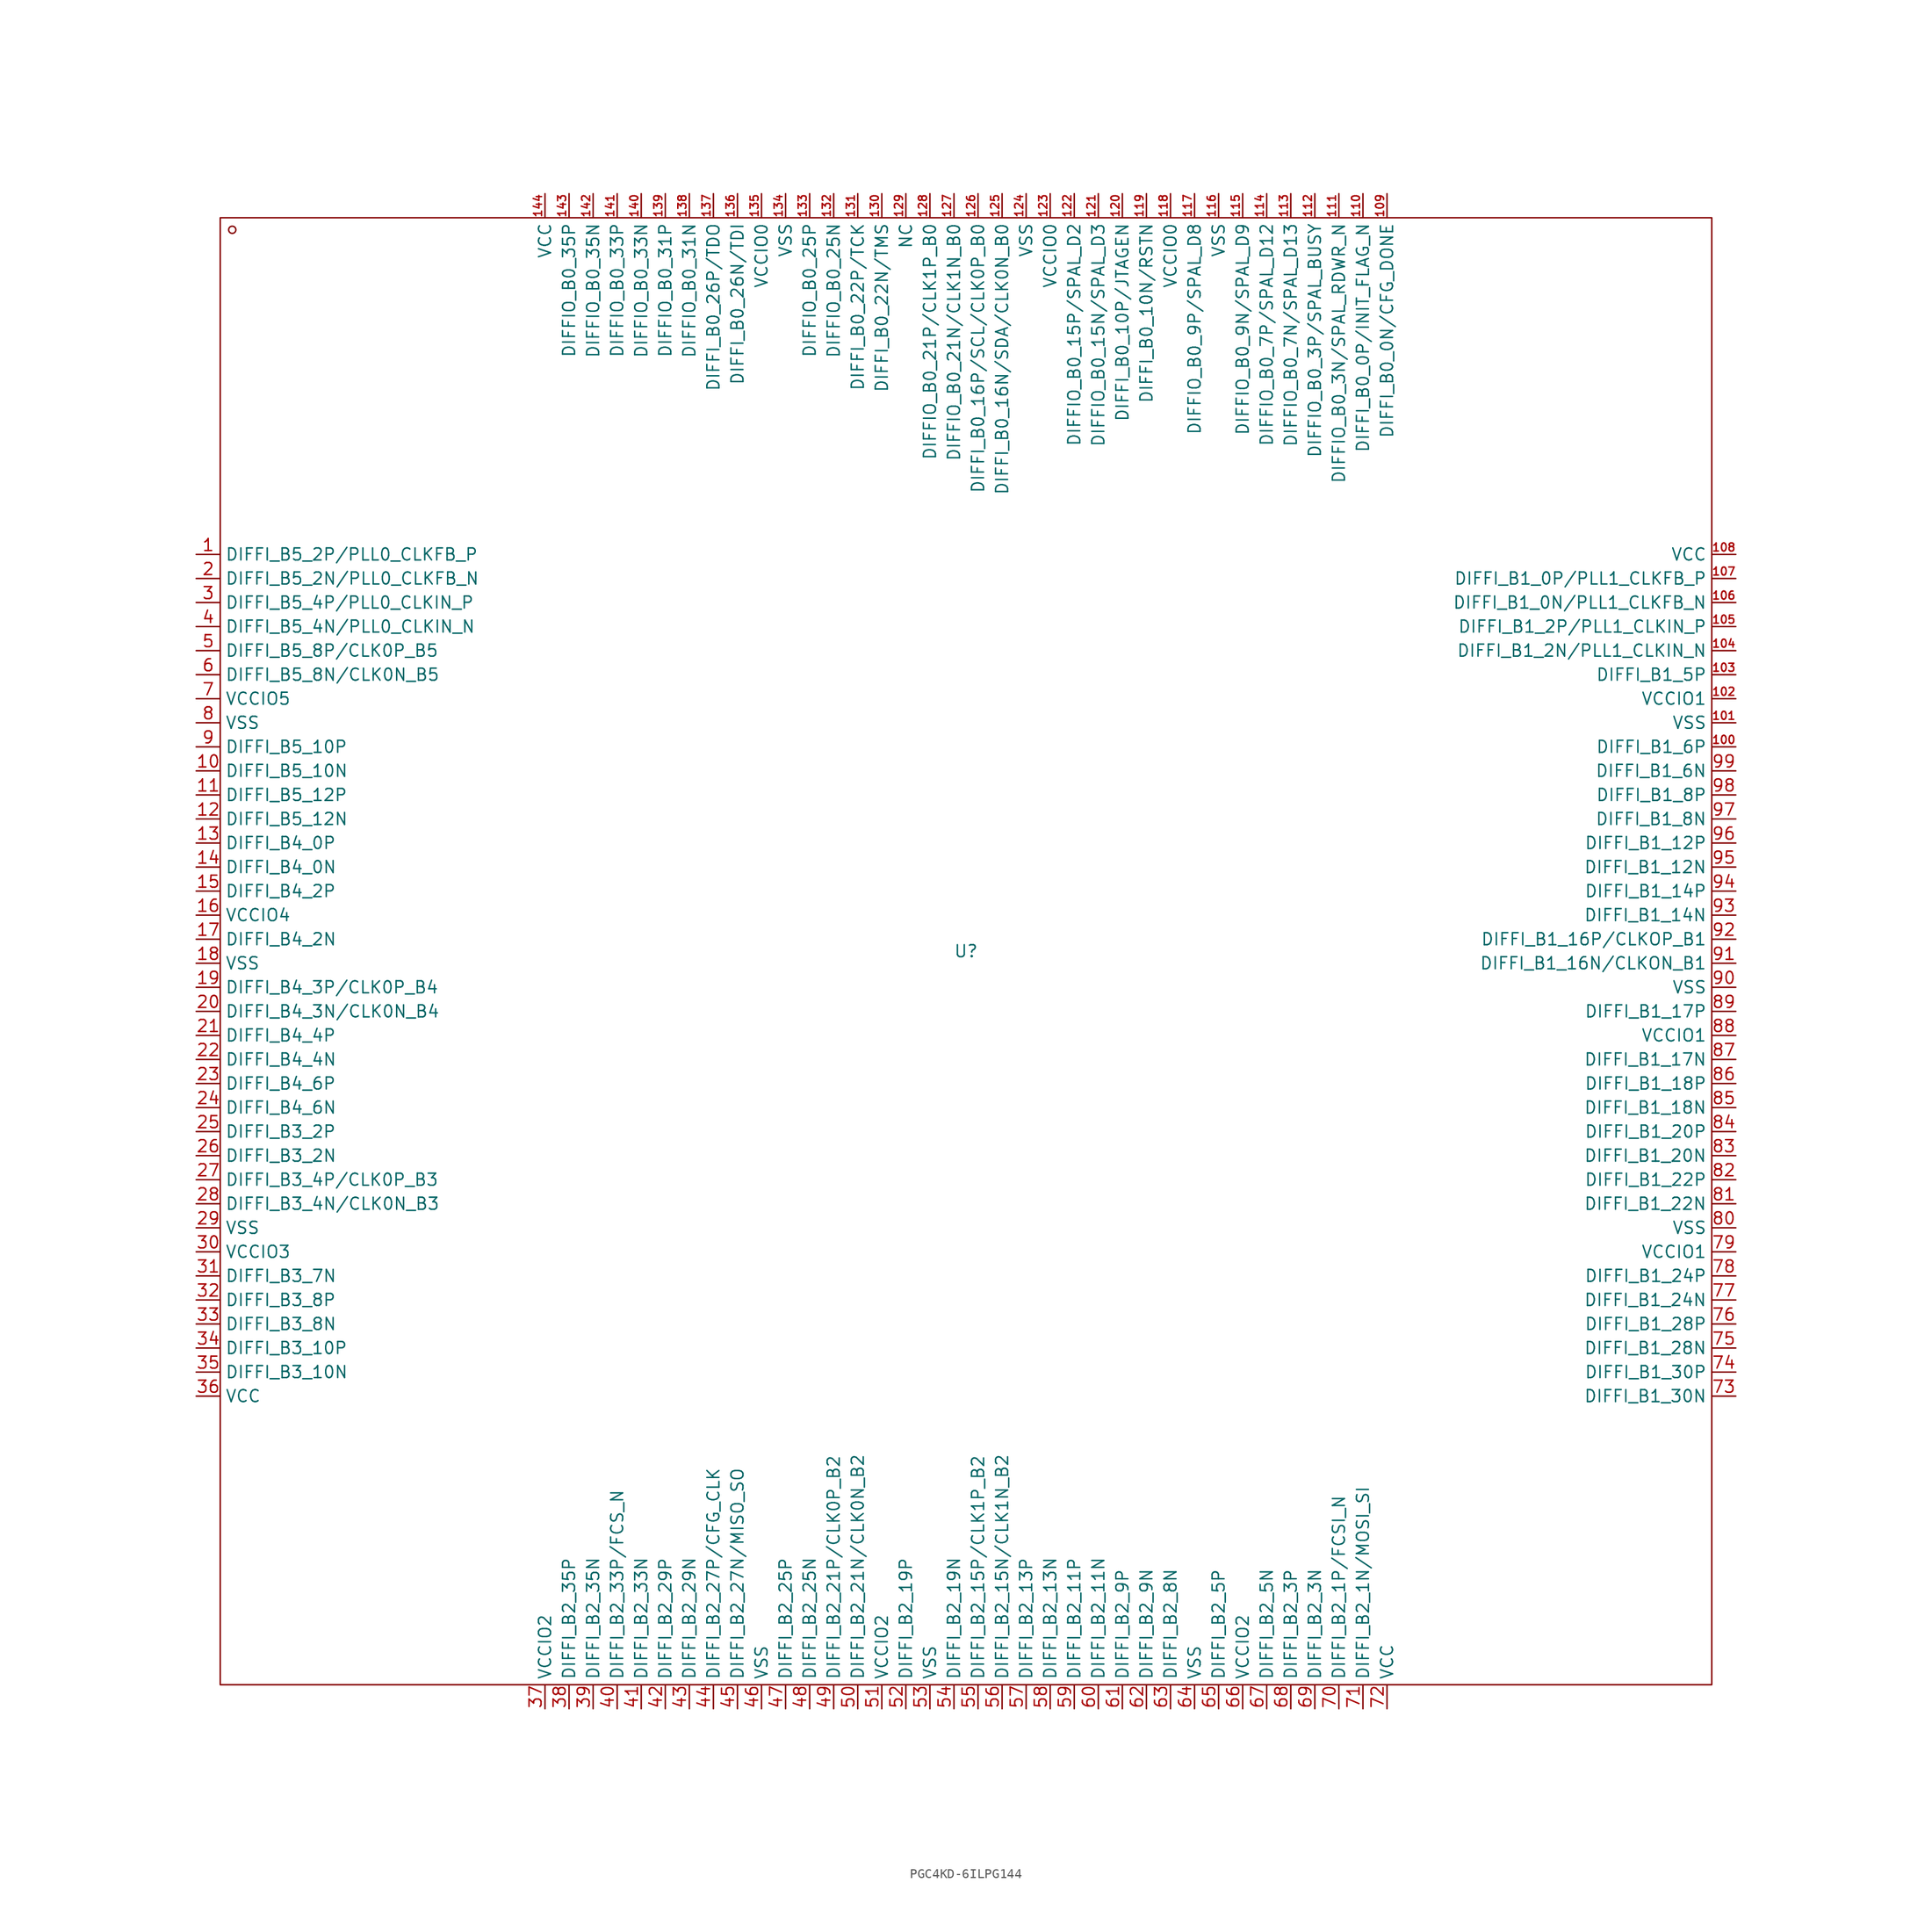
<source format=kicad_sym>
(kicad_symbol_lib
  (version 20241209)
  (generator "kicad_symbol_editor")
  (generator_version "9.0")
  (symbol "PGC4KD-6ILPG144"
    (property "Reference" "U"
      (at 0 0 0)
      (effects (font (size 1.27 1.27))))
    (property "Value" ""
      (at 0 0 0)
      (effects (font (size 1.27 1.27))))
    (symbol "PGC4KD-6ILPG144_1_0"
      (rectangle (start -78.74 -77.47) (end 78.74 77.47) (stroke (width 0) (type default)) (fill (type none)))
      (circle (center -77.47 76.2) (radius 0.381) (stroke (width 0) (type default)) (fill (type none)))
      (pin unspecified line (at -81.28 41.91 0) (length 2.54) (name "DIFFI_B5_2P/PLL0_CLKFB_P" (effects (font (size 1.27 1.27)))) (number "1" (effects (font (size 1.27 1.27)))))
      (pin unspecified line (at -81.28 39.37 0) (length 2.54) (name "DIFFI_B5_2N/PLL0_CLKFB_N" (effects (font (size 1.27 1.27)))) (number "2" (effects (font (size 1.27 1.27)))))
      (pin unspecified line (at -81.28 36.83 0) (length 2.54) (name "DIFFI_B5_4P/PLL0_CLKIN_P" (effects (font (size 1.27 1.27)))) (number "3" (effects (font (size 1.27 1.27)))))
      (pin unspecified line (at -81.28 34.29 0) (length 2.54) (name "DIFFI_B5_4N/PLL0_CLKIN_N" (effects (font (size 1.27 1.27)))) (number "4" (effects (font (size 1.27 1.27)))))
      (pin unspecified line (at -81.28 31.75 0) (length 2.54) (name "DIFFI_B5_8P/CLK0P_B5" (effects (font (size 1.27 1.27)))) (number "5" (effects (font (size 1.27 1.27)))))
      (pin unspecified line (at -81.28 29.21 0) (length 2.54) (name "DIFFI_B5_8N/CLK0N_B5" (effects (font (size 1.27 1.27)))) (number "6" (effects (font (size 1.27 1.27)))))
      (pin unspecified line (at -81.28 26.67 0) (length 2.54) (name "VCCIO5" (effects (font (size 1.27 1.27)))) (number "7" (effects (font (size 1.27 1.27)))))
      (pin unspecified line (at -81.28 24.13 0) (length 2.54) (name "VSS" (effects (font (size 1.27 1.27)))) (number "8" (effects (font (size 1.27 1.27)))))
      (pin unspecified line (at -81.28 21.59 0) (length 2.54) (name "DIFFI_B5_10P" (effects (font (size 1.27 1.27)))) (number "9" (effects (font (size 1.27 1.27)))))
      (pin unspecified line (at -81.28 19.05 0) (length 2.54) (name "DIFFI_B5_10N" (effects (font (size 1.27 1.27)))) (number "10" (effects (font (size 1.27 1.27)))))
      (pin unspecified line (at -81.28 16.51 0) (length 2.54) (name "DIFFI_B5_12P" (effects (font (size 1.27 1.27)))) (number "11" (effects (font (size 1.27 1.27)))))
      (pin unspecified line (at -81.28 13.97 0) (length 2.54) (name "DIFFI_B5_12N" (effects (font (size 1.27 1.27)))) (number "12" (effects (font (size 1.27 1.27)))))
      (pin unspecified line (at -81.28 11.43 0) (length 2.54) (name "DIFFI_B4_0P" (effects (font (size 1.27 1.27)))) (number "13" (effects (font (size 1.27 1.27)))))
      (pin unspecified line (at -81.28 8.89 0) (length 2.54) (name "DIFFI_B4_0N" (effects (font (size 1.27 1.27)))) (number "14" (effects (font (size 1.27 1.27)))))
      (pin unspecified line (at -81.28 6.35 0) (length 2.54) (name "DIFFI_B4_2P" (effects (font (size 1.27 1.27)))) (number "15" (effects (font (size 1.27 1.27)))))
      (pin unspecified line (at -81.28 3.81 0) (length 2.54) (name "VCCIO4" (effects (font (size 1.27 1.27)))) (number "16" (effects (font (size 1.27 1.27)))))
      (pin unspecified line (at -81.28 1.27 0) (length 2.54) (name "DIFFI_B4_2N" (effects (font (size 1.27 1.27)))) (number "17" (effects (font (size 1.27 1.27)))))
      (pin unspecified line (at -81.28 -1.27 0) (length 2.54) (name "VSS" (effects (font (size 1.27 1.27)))) (number "18" (effects (font (size 1.27 1.27)))))
      (pin unspecified line (at -81.28 -3.81 0) (length 2.54) (name "DIFFI_B4_3P/CLK0P_B4" (effects (font (size 1.27 1.27)))) (number "19" (effects (font (size 1.27 1.27)))))
      (pin unspecified line (at -81.28 -6.35 0) (length 2.54) (name "DIFFI_B4_3N/CLK0N_B4" (effects (font (size 1.27 1.27)))) (number "20" (effects (font (size 1.27 1.27)))))
      (pin unspecified line (at -81.28 -8.89 0) (length 2.54) (name "DIFFI_B4_4P" (effects (font (size 1.27 1.27)))) (number "21" (effects (font (size 1.27 1.27)))))
      (pin unspecified line (at -81.28 -11.43 0) (length 2.54) (name "DIFFI_B4_4N" (effects (font (size 1.27 1.27)))) (number "22" (effects (font (size 1.27 1.27)))))
      (pin unspecified line (at -81.28 -13.97 0) (length 2.54) (name "DIFFI_B4_6P" (effects (font (size 1.27 1.27)))) (number "23" (effects (font (size 1.27 1.27)))))
      (pin unspecified line (at -81.28 -16.51 0) (length 2.54) (name "DIFFI_B4_6N" (effects (font (size 1.27 1.27)))) (number "24" (effects (font (size 1.27 1.27)))))
      (pin unspecified line (at -81.28 -19.05 0) (length 2.54) (name "DIFFI_B3_2P" (effects (font (size 1.27 1.27)))) (number "25" (effects (font (size 1.27 1.27)))))
      (pin unspecified line (at -81.28 -21.59 0) (length 2.54) (name "DIFFI_B3_2N" (effects (font (size 1.27 1.27)))) (number "26" (effects (font (size 1.27 1.27)))))
      (pin unspecified line (at -81.28 -24.13 0) (length 2.54) (name "DIFFI_B3_4P/CLK0P_B3" (effects (font (size 1.27 1.27)))) (number "27" (effects (font (size 1.27 1.27)))))
      (pin unspecified line (at -81.28 -26.67 0) (length 2.54) (name "DIFFI_B3_4N/CLK0N_B3" (effects (font (size 1.27 1.27)))) (number "28" (effects (font (size 1.27 1.27)))))
      (pin unspecified line (at -81.28 -29.21 0) (length 2.54) (name "VSS" (effects (font (size 1.27 1.27)))) (number "29" (effects (font (size 1.27 1.27)))))
      (pin unspecified line (at -81.28 -31.75 0) (length 2.54) (name "VCCIO3" (effects (font (size 1.27 1.27)))) (number "30" (effects (font (size 1.27 1.27)))))
      (pin unspecified line (at -81.28 -34.29 0) (length 2.54) (name "DIFFI_B3_7N" (effects (font (size 1.27 1.27)))) (number "31" (effects (font (size 1.27 1.27)))))
      (pin unspecified line (at -81.28 -36.83 0) (length 2.54) (name "DIFFI_B3_8P" (effects (font (size 1.27 1.27)))) (number "32" (effects (font (size 1.27 1.27)))))
      (pin unspecified line (at -81.28 -39.37 0) (length 2.54) (name "DIFFI_B3_8N" (effects (font (size 1.27 1.27)))) (number "33" (effects (font (size 1.27 1.27)))))
      (pin unspecified line (at -81.28 -41.91 0) (length 2.54) (name "DIFFI_B3_10P" (effects (font (size 1.27 1.27)))) (number "34" (effects (font (size 1.27 1.27)))))
      (pin unspecified line (at -81.28 -44.45 0) (length 2.54) (name "DIFFI_B3_10N" (effects (font (size 1.27 1.27)))) (number "35" (effects (font (size 1.27 1.27)))))
      (pin unspecified line (at -81.28 -46.99 0) (length 2.54) (name "VCC" (effects (font (size 1.27 1.27)))) (number "36" (effects (font (size 1.27 1.27)))))
      (pin unspecified line (at -44.45 80.01 270) (length 2.54) (name "VCC" (effects (font (size 1.27 1.27)))) (number "144" (effects (font (size 0.847 0.847)))))
      (pin unspecified line (at -44.45 -80.01 90) (length 2.54) (name "VCCIO2" (effects (font (size 1.27 1.27)))) (number "37" (effects (font (size 1.27 1.27)))))
      (pin unspecified line (at -41.91 80.01 270) (length 2.54) (name "DIFFIO_B0_35P" (effects (font (size 1.27 1.27)))) (number "143" (effects (font (size 0.847 0.847)))))
      (pin unspecified line (at -41.91 -80.01 90) (length 2.54) (name "DIFFI_B2_35P" (effects (font (size 1.27 1.27)))) (number "38" (effects (font (size 1.27 1.27)))))
      (pin unspecified line (at -39.37 80.01 270) (length 2.54) (name "DIFFIO_B0_35N" (effects (font (size 1.27 1.27)))) (number "142" (effects (font (size 0.847 0.847)))))
      (pin unspecified line (at -39.37 -80.01 90) (length 2.54) (name "DIFFI_B2_35N" (effects (font (size 1.27 1.27)))) (number "39" (effects (font (size 1.27 1.27)))))
      (pin unspecified line (at -36.83 80.01 270) (length 2.54) (name "DIFFIO_B0_33P" (effects (font (size 1.27 1.27)))) (number "141" (effects (font (size 0.847 0.847)))))
      (pin unspecified line (at -36.83 -80.01 90) (length 2.54) (name "DIFFI_B2_33P/FCS_N" (effects (font (size 1.27 1.27)))) (number "40" (effects (font (size 1.27 1.27)))))
      (pin unspecified line (at -34.29 80.01 270) (length 2.54) (name "DIFFIO_B0_33N" (effects (font (size 1.27 1.27)))) (number "140" (effects (font (size 0.847 0.847)))))
      (pin unspecified line (at -34.29 -80.01 90) (length 2.54) (name "DIFFI_B2_33N" (effects (font (size 1.27 1.27)))) (number "41" (effects (font (size 1.27 1.27)))))
      (pin unspecified line (at -31.75 80.01 270) (length 2.54) (name "DIFFIO_B0_31P" (effects (font (size 1.27 1.27)))) (number "139" (effects (font (size 0.847 0.847)))))
      (pin unspecified line (at -31.75 -80.01 90) (length 2.54) (name "DIFFI_B2_29P" (effects (font (size 1.27 1.27)))) (number "42" (effects (font (size 1.27 1.27)))))
      (pin unspecified line (at -29.21 80.01 270) (length 2.54) (name "DIFFIO_B0_31N" (effects (font (size 1.27 1.27)))) (number "138" (effects (font (size 0.847 0.847)))))
      (pin unspecified line (at -29.21 -80.01 90) (length 2.54) (name "DIFFI_B2_29N" (effects (font (size 1.27 1.27)))) (number "43" (effects (font (size 1.27 1.27)))))
      (pin unspecified line (at -26.67 80.01 270) (length 2.54) (name "DIFFI_B0_26P/TDO" (effects (font (size 1.27 1.27)))) (number "137" (effects (font (size 0.847 0.847)))))
      (pin unspecified line (at -26.67 -80.01 90) (length 2.54) (name "DIFFI_B2_27P/CFG_CLK" (effects (font (size 1.27 1.27)))) (number "44" (effects (font (size 1.27 1.27)))))
      (pin unspecified line (at -24.13 80.01 270) (length 2.54) (name "DIFFI_B0_26N/TDI" (effects (font (size 1.27 1.27)))) (number "136" (effects (font (size 0.847 0.847)))))
      (pin unspecified line (at -24.13 -80.01 90) (length 2.54) (name "DIFFI_B2_27N/MISO_SO" (effects (font (size 1.27 1.27)))) (number "45" (effects (font (size 1.27 1.27)))))
      (pin unspecified line (at -21.59 80.01 270) (length 2.54) (name "VCCIO0" (effects (font (size 1.27 1.27)))) (number "135" (effects (font (size 0.847 0.847)))))
      (pin unspecified line (at -21.59 -80.01 90) (length 2.54) (name "VSS" (effects (font (size 1.27 1.27)))) (number "46" (effects (font (size 1.27 1.27)))))
      (pin unspecified line (at -19.05 80.01 270) (length 2.54) (name "VSS" (effects (font (size 1.27 1.27)))) (number "134" (effects (font (size 0.847 0.847)))))
      (pin unspecified line (at -19.05 -80.01 90) (length 2.54) (name "DIFFI_B2_25P" (effects (font (size 1.27 1.27)))) (number "47" (effects (font (size 1.27 1.27)))))
      (pin unspecified line (at -16.51 80.01 270) (length 2.54) (name "DIFFIO_B0_25P" (effects (font (size 1.27 1.27)))) (number "133" (effects (font (size 0.847 0.847)))))
      (pin unspecified line (at -16.51 -80.01 90) (length 2.54) (name "DIFFI_B2_25N" (effects (font (size 1.27 1.27)))) (number "48" (effects (font (size 1.27 1.27)))))
      (pin unspecified line (at -13.97 80.01 270) (length 2.54) (name "DIFFIO_B0_25N" (effects (font (size 1.27 1.27)))) (number "132" (effects (font (size 0.847 0.847)))))
      (pin unspecified line (at -13.97 -80.01 90) (length 2.54) (name "DIFFI_B2_21P/CLK0P_B2" (effects (font (size 1.27 1.27)))) (number "49" (effects (font (size 1.27 1.27)))))
      (pin unspecified line (at -11.43 80.01 270) (length 2.54) (name "DIFFI_B0_22P/TCK" (effects (font (size 1.27 1.27)))) (number "131" (effects (font (size 0.847 0.847)))))
      (pin unspecified line (at -11.43 -80.01 90) (length 2.54) (name "DIFFI_B2_21N/CLK0N_B2" (effects (font (size 1.27 1.27)))) (number "50" (effects (font (size 1.27 1.27)))))
      (pin unspecified line (at -8.89 80.01 270) (length 2.54) (name "DIFFI_B0_22N/TMS" (effects (font (size 1.27 1.27)))) (number "130" (effects (font (size 0.847 0.847)))))
      (pin unspecified line (at -8.89 -80.01 90) (length 2.54) (name "VCCIO2" (effects (font (size 1.27 1.27)))) (number "51" (effects (font (size 1.27 1.27)))))
      (pin unspecified line (at -6.35 80.01 270) (length 2.54) (name "NC" (effects (font (size 1.27 1.27)))) (number "129" (effects (font (size 0.847 0.847)))))
      (pin unspecified line (at -6.35 -80.01 90) (length 2.54) (name "DIFFI_B2_19P" (effects (font (size 1.27 1.27)))) (number "52" (effects (font (size 1.27 1.27)))))
      (pin unspecified line (at -3.81 80.01 270) (length 2.54) (name "DIFFIO_B0_21P/CLK1P_B0" (effects (font (size 1.27 1.27)))) (number "128" (effects (font (size 0.847 0.847)))))
      (pin unspecified line (at -3.81 -80.01 90) (length 2.54) (name "VSS" (effects (font (size 1.27 1.27)))) (number "53" (effects (font (size 1.27 1.27)))))
      (pin unspecified line (at -1.27 80.01 270) (length 2.54) (name "DIFFIO_B0_21N/CLK1N_B0" (effects (font (size 1.27 1.27)))) (number "127" (effects (font (size 0.847 0.847)))))
      (pin unspecified line (at -1.27 -80.01 90) (length 2.54) (name "DIFFI_B2_19N" (effects (font (size 1.27 1.27)))) (number "54" (effects (font (size 1.27 1.27)))))
      (pin unspecified line (at 1.27 80.01 270) (length 2.54) (name "DIFFI_B0_16P/SCL/CLK0P_B0" (effects (font (size 1.27 1.27)))) (number "126" (effects (font (size 0.847 0.847)))))
      (pin unspecified line (at 1.27 -80.01 90) (length 2.54) (name "DIFFI_B2_15P/CLK1P_B2" (effects (font (size 1.27 1.27)))) (number "55" (effects (font (size 1.27 1.27)))))
      (pin unspecified line (at 3.81 80.01 270) (length 2.54) (name "DIFFI_B0_16N/SDA/CLK0N_B0" (effects (font (size 1.27 1.27)))) (number "125" (effects (font (size 0.847 0.847)))))
      (pin unspecified line (at 3.81 -80.01 90) (length 2.54) (name "DIFFI_B2_15N/CLK1N_B2" (effects (font (size 1.27 1.27)))) (number "56" (effects (font (size 1.27 1.27)))))
      (pin unspecified line (at 6.35 80.01 270) (length 2.54) (name "VSS" (effects (font (size 1.27 1.27)))) (number "124" (effects (font (size 0.847 0.847)))))
      (pin unspecified line (at 6.35 -80.01 90) (length 2.54) (name "DIFFI_B2_13P" (effects (font (size 1.27 1.27)))) (number "57" (effects (font (size 1.27 1.27)))))
      (pin unspecified line (at 8.89 80.01 270) (length 2.54) (name "VCCIO0" (effects (font (size 1.27 1.27)))) (number "123" (effects (font (size 0.847 0.847)))))
      (pin unspecified line (at 8.89 -80.01 90) (length 2.54) (name "DIFFI_B2_13N" (effects (font (size 1.27 1.27)))) (number "58" (effects (font (size 1.27 1.27)))))
      (pin unspecified line (at 11.43 80.01 270) (length 2.54) (name "DIFFIO_B0_15P/SPAL_D2" (effects (font (size 1.27 1.27)))) (number "122" (effects (font (size 0.847 0.847)))))
      (pin unspecified line (at 11.43 -80.01 90) (length 2.54) (name "DIFFI_B2_11P" (effects (font (size 1.27 1.27)))) (number "59" (effects (font (size 1.27 1.27)))))
      (pin unspecified line (at 13.97 80.01 270) (length 2.54) (name "DIFFIO_B0_15N/SPAL_D3" (effects (font (size 1.27 1.27)))) (number "121" (effects (font (size 0.847 0.847)))))
      (pin unspecified line (at 13.97 -80.01 90) (length 2.54) (name "DIFFI_B2_11N" (effects (font (size 1.27 1.27)))) (number "60" (effects (font (size 1.27 1.27)))))
      (pin unspecified line (at 16.51 80.01 270) (length 2.54) (name "DIFFI_B0_10P/JTAGEN" (effects (font (size 1.27 1.27)))) (number "120" (effects (font (size 0.847 0.847)))))
      (pin unspecified line (at 16.51 -80.01 90) (length 2.54) (name "DIFFI_B2_9P" (effects (font (size 1.27 1.27)))) (number "61" (effects (font (size 1.27 1.27)))))
      (pin unspecified line (at 19.05 80.01 270) (length 2.54) (name "DIFFI_B0_10N/RSTN" (effects (font (size 1.27 1.27)))) (number "119" (effects (font (size 0.847 0.847)))))
      (pin unspecified line (at 19.05 -80.01 90) (length 2.54) (name "DIFFI_B2_9N" (effects (font (size 1.27 1.27)))) (number "62" (effects (font (size 1.27 1.27)))))
      (pin unspecified line (at 21.59 80.01 270) (length 2.54) (name "VCCIO0" (effects (font (size 1.27 1.27)))) (number "118" (effects (font (size 0.847 0.847)))))
      (pin unspecified line (at 21.59 -80.01 90) (length 2.54) (name "DIFFI_B2_8N" (effects (font (size 1.27 1.27)))) (number "63" (effects (font (size 1.27 1.27)))))
      (pin unspecified line (at 24.13 80.01 270) (length 2.54) (name "DIFFIO_B0_9P/SPAL_D8" (effects (font (size 1.27 1.27)))) (number "117" (effects (font (size 0.847 0.847)))))
      (pin unspecified line (at 24.13 -80.01 90) (length 2.54) (name "VSS" (effects (font (size 1.27 1.27)))) (number "64" (effects (font (size 1.27 1.27)))))
      (pin unspecified line (at 26.67 80.01 270) (length 2.54) (name "VSS" (effects (font (size 1.27 1.27)))) (number "116" (effects (font (size 0.847 0.847)))))
      (pin unspecified line (at 26.67 -80.01 90) (length 2.54) (name "DIFFI_B2_5P" (effects (font (size 1.27 1.27)))) (number "65" (effects (font (size 1.27 1.27)))))
      (pin unspecified line (at 29.21 80.01 270) (length 2.54) (name "DIFFIO_B0_9N/SPAL_D9" (effects (font (size 1.27 1.27)))) (number "115" (effects (font (size 0.847 0.847)))))
      (pin unspecified line (at 29.21 -80.01 90) (length 2.54) (name "VCCIO2" (effects (font (size 1.27 1.27)))) (number "66" (effects (font (size 1.27 1.27)))))
      (pin unspecified line (at 31.75 80.01 270) (length 2.54) (name "DIFFIO_B0_7P/SPAL_D12" (effects (font (size 1.27 1.27)))) (number "114" (effects (font (size 0.847 0.847)))))
      (pin unspecified line (at 31.75 -80.01 90) (length 2.54) (name "DIFFI_B2_5N" (effects (font (size 1.27 1.27)))) (number "67" (effects (font (size 1.27 1.27)))))
      (pin unspecified line (at 34.29 80.01 270) (length 2.54) (name "DIFFIO_B0_7N/SPAL_D13" (effects (font (size 1.27 1.27)))) (number "113" (effects (font (size 0.847 0.847)))))
      (pin unspecified line (at 34.29 -80.01 90) (length 2.54) (name "DIFFI_B2_3P" (effects (font (size 1.27 1.27)))) (number "68" (effects (font (size 1.27 1.27)))))
      (pin unspecified line (at 36.83 80.01 270) (length 2.54) (name "DIFFIO_B0_3P/SPAL_BUSY" (effects (font (size 1.27 1.27)))) (number "112" (effects (font (size 0.847 0.847)))))
      (pin unspecified line (at 36.83 -80.01 90) (length 2.54) (name "DIFFI_B2_3N" (effects (font (size 1.27 1.27)))) (number "69" (effects (font (size 1.27 1.27)))))
      (pin unspecified line (at 39.37 80.01 270) (length 2.54) (name "DIFFIO_B0_3N/SPAL_RDWR_N" (effects (font (size 1.27 1.27)))) (number "111" (effects (font (size 0.847 0.847)))))
      (pin unspecified line (at 39.37 -80.01 90) (length 2.54) (name "DIFFI_B2_1P/FCSI_N" (effects (font (size 1.27 1.27)))) (number "70" (effects (font (size 1.27 1.27)))))
      (pin unspecified line (at 41.91 80.01 270) (length 2.54) (name "DIFFI_B0_0P/INIT_FLAG_N" (effects (font (size 1.27 1.27)))) (number "110" (effects (font (size 0.847 0.847)))))
      (pin unspecified line (at 41.91 -80.01 90) (length 2.54) (name "DIFFI_B2_1N/MOSI_SI" (effects (font (size 1.27 1.27)))) (number "71" (effects (font (size 1.27 1.27)))))
      (pin unspecified line (at 44.45 80.01 270) (length 2.54) (name "DIFFI_B0_0N/CFG_DONE" (effects (font (size 1.27 1.27)))) (number "109" (effects (font (size 0.847 0.847)))))
      (pin unspecified line (at 44.45 -80.01 90) (length 2.54) (name "VCC" (effects (font (size 1.27 1.27)))) (number "72" (effects (font (size 1.27 1.27)))))
      (pin unspecified line (at 81.28 41.91 180) (length 2.54) (name "VCC" (effects (font (size 1.27 1.27)))) (number "108" (effects (font (size 0.847 0.847)))))
      (pin unspecified line (at 81.28 39.37 180) (length 2.54) (name "DIFFI_B1_0P/PLL1_CLKFB_P" (effects (font (size 1.27 1.27)))) (number "107" (effects (font (size 0.847 0.847)))))
      (pin unspecified line (at 81.28 36.83 180) (length 2.54) (name "DIFFI_B1_0N/PLL1_CLKFB_N" (effects (font (size 1.27 1.27)))) (number "106" (effects (font (size 0.847 0.847)))))
      (pin unspecified line (at 81.28 34.29 180) (length 2.54) (name "DIFFI_B1_2P/PLL1_CLKIN_P" (effects (font (size 1.27 1.27)))) (number "105" (effects (font (size 0.847 0.847)))))
      (pin unspecified line (at 81.28 31.75 180) (length 2.54) (name "DIFFI_B1_2N/PLL1_CLKIN_N" (effects (font (size 1.27 1.27)))) (number "104" (effects (font (size 0.847 0.847)))))
      (pin unspecified line (at 81.28 29.21 180) (length 2.54) (name "DIFFI_B1_5P" (effects (font (size 1.27 1.27)))) (number "103" (effects (font (size 0.847 0.847)))))
      (pin unspecified line (at 81.28 26.67 180) (length 2.54) (name "VCCIO1" (effects (font (size 1.27 1.27)))) (number "102" (effects (font (size 0.847 0.847)))))
      (pin unspecified line (at 81.28 24.13 180) (length 2.54) (name "VSS" (effects (font (size 1.27 1.27)))) (number "101" (effects (font (size 0.847 0.847)))))
      (pin unspecified line (at 81.28 21.59 180) (length 2.54) (name "DIFFI_B1_6P" (effects (font (size 1.27 1.27)))) (number "100" (effects (font (size 0.847 0.847)))))
      (pin unspecified line (at 81.28 19.05 180) (length 2.54) (name "DIFFI_B1_6N" (effects (font (size 1.27 1.27)))) (number "99" (effects (font (size 1.27 1.27)))))
      (pin unspecified line (at 81.28 16.51 180) (length 2.54) (name "DIFFI_B1_8P" (effects (font (size 1.27 1.27)))) (number "98" (effects (font (size 1.27 1.27)))))
      (pin unspecified line (at 81.28 13.97 180) (length 2.54) (name "DIFFI_B1_8N" (effects (font (size 1.27 1.27)))) (number "97" (effects (font (size 1.27 1.27)))))
      (pin unspecified line (at 81.28 11.43 180) (length 2.54) (name "DIFFI_B1_12P" (effects (font (size 1.27 1.27)))) (number "96" (effects (font (size 1.27 1.27)))))
      (pin unspecified line (at 81.28 8.89 180) (length 2.54) (name "DIFFI_B1_12N" (effects (font (size 1.27 1.27)))) (number "95" (effects (font (size 1.27 1.27)))))
      (pin unspecified line (at 81.28 6.35 180) (length 2.54) (name "DIFFI_B1_14P" (effects (font (size 1.27 1.27)))) (number "94" (effects (font (size 1.27 1.27)))))
      (pin unspecified line (at 81.28 3.81 180) (length 2.54) (name "DIFFI_B1_14N" (effects (font (size 1.27 1.27)))) (number "93" (effects (font (size 1.27 1.27)))))
      (pin unspecified line (at 81.28 1.27 180) (length 2.54) (name "DIFFI_B1_16P/CLKOP_B1" (effects (font (size 1.27 1.27)))) (number "92" (effects (font (size 1.27 1.27)))))
      (pin unspecified line (at 81.28 -1.27 180) (length 2.54) (name "DIFFI_B1_16N/CLKON_B1" (effects (font (size 1.27 1.27)))) (number "91" (effects (font (size 1.27 1.27)))))
      (pin unspecified line (at 81.28 -3.81 180) (length 2.54) (name "VSS" (effects (font (size 1.27 1.27)))) (number "90" (effects (font (size 1.27 1.27)))))
      (pin unspecified line (at 81.28 -6.35 180) (length 2.54) (name "DIFFI_B1_17P" (effects (font (size 1.27 1.27)))) (number "89" (effects (font (size 1.27 1.27)))))
      (pin unspecified line (at 81.28 -8.89 180) (length 2.54) (name "VCCIO1" (effects (font (size 1.27 1.27)))) (number "88" (effects (font (size 1.27 1.27)))))
      (pin unspecified line (at 81.28 -11.43 180) (length 2.54) (name "DIFFI_B1_17N" (effects (font (size 1.27 1.27)))) (number "87" (effects (font (size 1.27 1.27)))))
      (pin unspecified line (at 81.28 -13.97 180) (length 2.54) (name "DIFFI_B1_18P" (effects (font (size 1.27 1.27)))) (number "86" (effects (font (size 1.27 1.27)))))
      (pin unspecified line (at 81.28 -16.51 180) (length 2.54) (name "DIFFI_B1_18N" (effects (font (size 1.27 1.27)))) (number "85" (effects (font (size 1.27 1.27)))))
      (pin unspecified line (at 81.28 -19.05 180) (length 2.54) (name "DIFFI_B1_20P" (effects (font (size 1.27 1.27)))) (number "84" (effects (font (size 1.27 1.27)))))
      (pin unspecified line (at 81.28 -21.59 180) (length 2.54) (name "DIFFI_B1_20N" (effects (font (size 1.27 1.27)))) (number "83" (effects (font (size 1.27 1.27)))))
      (pin unspecified line (at 81.28 -24.13 180) (length 2.54) (name "DIFFI_B1_22P" (effects (font (size 1.27 1.27)))) (number "82" (effects (font (size 1.27 1.27)))))
      (pin unspecified line (at 81.28 -26.67 180) (length 2.54) (name "DIFFI_B1_22N" (effects (font (size 1.27 1.27)))) (number "81" (effects (font (size 1.27 1.27)))))
      (pin unspecified line (at 81.28 -29.21 180) (length 2.54) (name "VSS" (effects (font (size 1.27 1.27)))) (number "80" (effects (font (size 1.27 1.27)))))
      (pin unspecified line (at 81.28 -31.75 180) (length 2.54) (name "VCCIO1" (effects (font (size 1.27 1.27)))) (number "79" (effects (font (size 1.27 1.27)))))
      (pin unspecified line (at 81.28 -34.29 180) (length 2.54) (name "DIFFI_B1_24P" (effects (font (size 1.27 1.27)))) (number "78" (effects (font (size 1.27 1.27)))))
      (pin unspecified line (at 81.28 -36.83 180) (length 2.54) (name "DIFFI_B1_24N" (effects (font (size 1.27 1.27)))) (number "77" (effects (font (size 1.27 1.27)))))
      (pin unspecified line (at 81.28 -39.37 180) (length 2.54) (name "DIFFI_B1_28P" (effects (font (size 1.27 1.27)))) (number "76" (effects (font (size 1.27 1.27)))))
      (pin unspecified line (at 81.28 -41.91 180) (length 2.54) (name "DIFFI_B1_28N" (effects (font (size 1.27 1.27)))) (number "75" (effects (font (size 1.27 1.27)))))
      (pin unspecified line (at 81.28 -44.45 180) (length 2.54) (name "DIFFI_B1_30P" (effects (font (size 1.27 1.27)))) (number "74" (effects (font (size 1.27 1.27)))))
      (pin unspecified line (at 81.28 -46.99 180) (length 2.54) (name "DIFFI_B1_30N" (effects (font (size 1.27 1.27)))) (number "73" (effects (font (size 1.27 1.27))))))))
</source>
